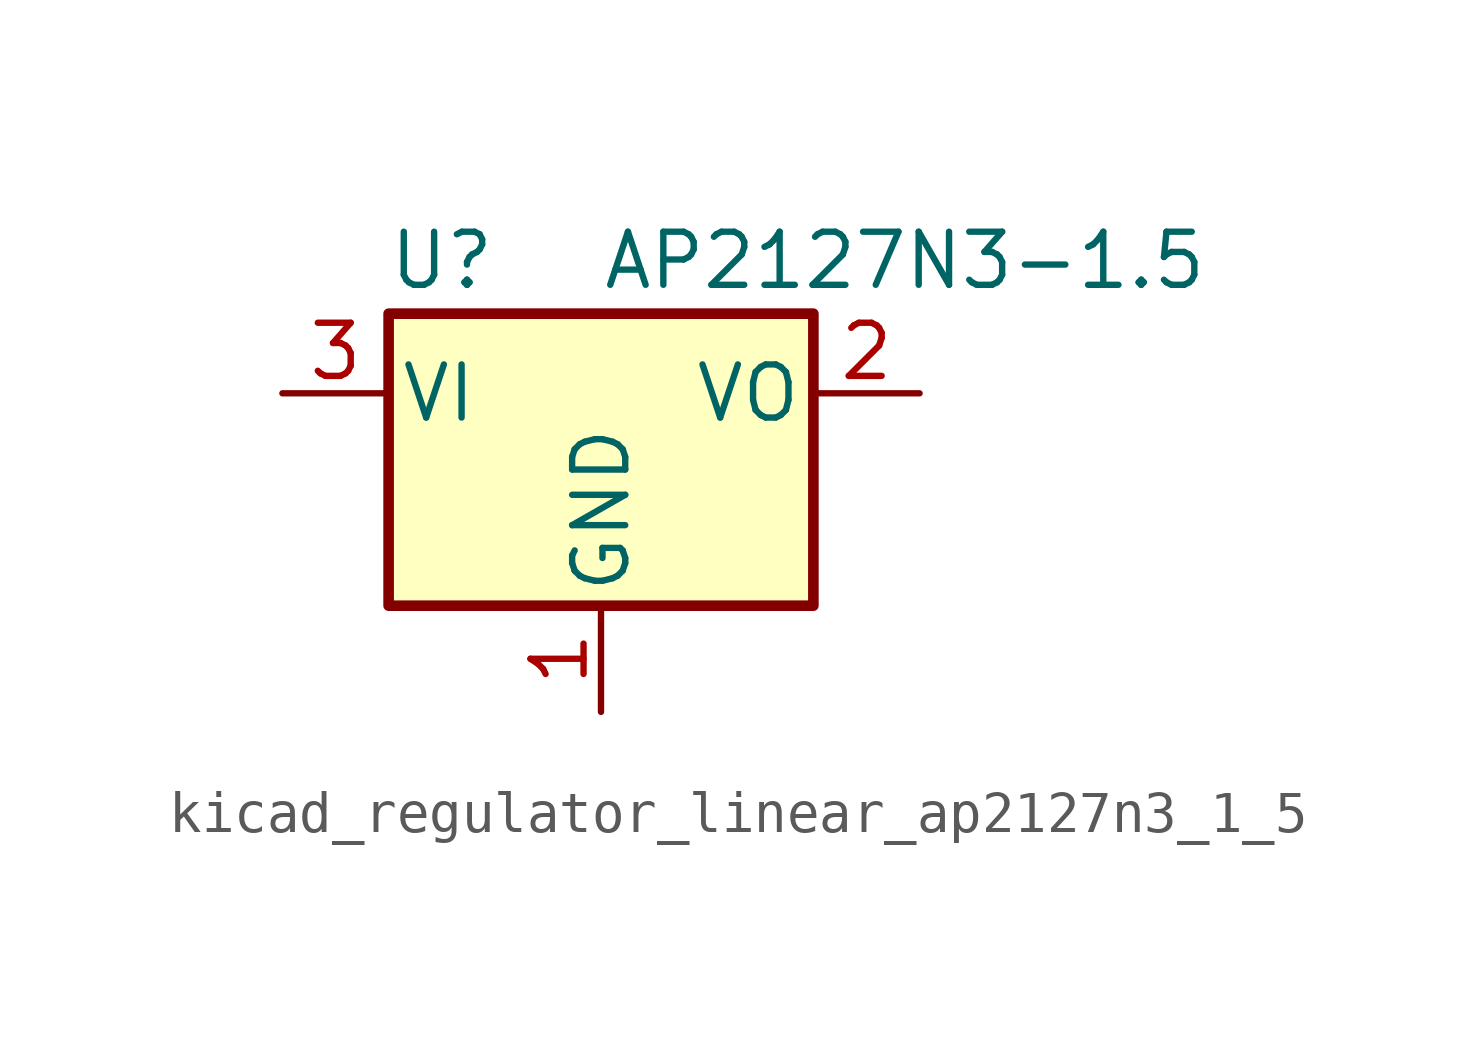
<source format=kicad_sym>
(kicad_symbol_lib
  (version 20220914)
  (generator kicad_symbol_editor)
  (symbol "kicad_regulator_linear_ap2127n3_1_5"
    (pin_names
      (offset 0.254))
    (property "Reference" "U"
      (at -3.81 3.175 0)
      (effects (font (size 1.27 1.27))))
    (property "Value" "AP2127N3-1.5"
      (at 0 3.175 0)
      (effects (font (size 1.27 1.27)) (justify left)))
    (symbol "kicad_regulator_linear_ap2127n3_1_5_0_1"
      (rectangle (start -5.08 1.905) (end 5.08 -5.08) (stroke (width 0.254) (type default)) (fill (type background))))
    (symbol "kicad_regulator_linear_ap2127n3_1_5_1_1"
      (pin power_in line (at 0 -7.62 90) (length 2.54) (name "GND" (effects (font (size 1.27 1.27)))) (number "1" (effects (font (size 1.27 1.27)))))
      (pin power_out line (at 7.62 0 180) (length 2.54) (name "VO" (effects (font (size 1.27 1.27)))) (number "2" (effects (font (size 1.27 1.27)))))
      (pin power_in line (at -7.62 0 0) (length 2.54) (name "VI" (effects (font (size 1.27 1.27)))) (number "3" (effects (font (size 1.27 1.27))))))))
</source>
